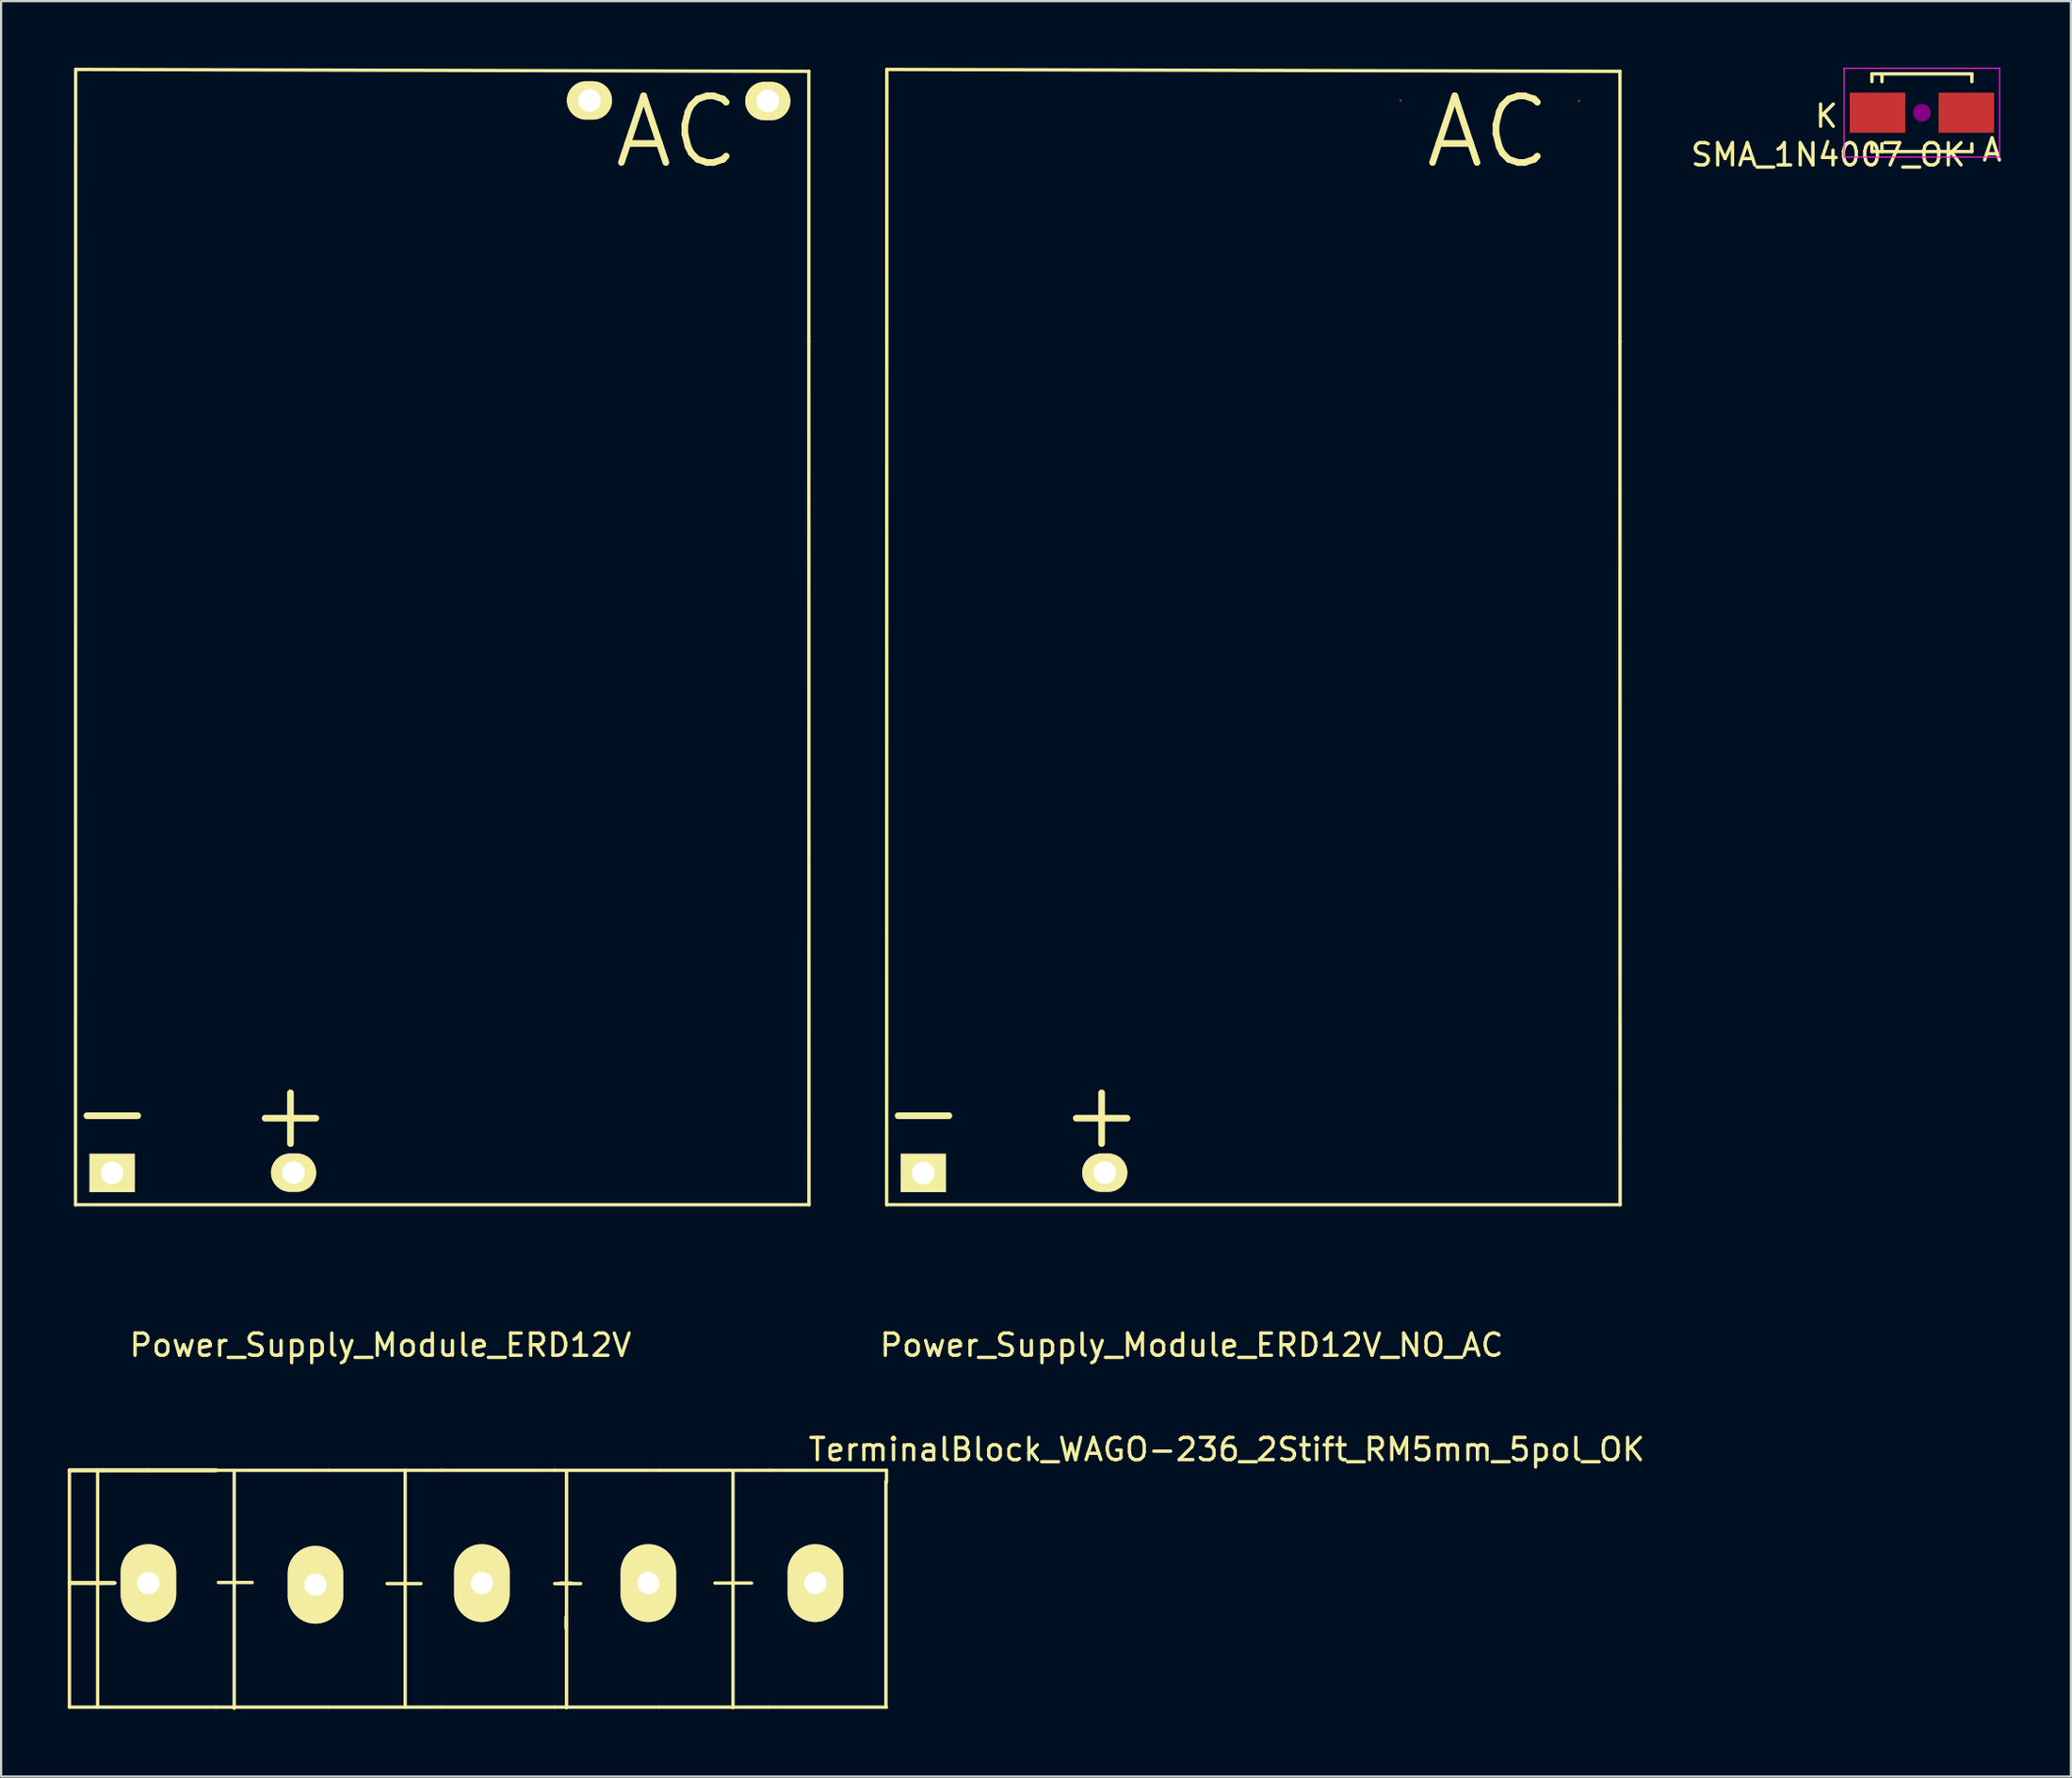
<source format=kicad_pcb>
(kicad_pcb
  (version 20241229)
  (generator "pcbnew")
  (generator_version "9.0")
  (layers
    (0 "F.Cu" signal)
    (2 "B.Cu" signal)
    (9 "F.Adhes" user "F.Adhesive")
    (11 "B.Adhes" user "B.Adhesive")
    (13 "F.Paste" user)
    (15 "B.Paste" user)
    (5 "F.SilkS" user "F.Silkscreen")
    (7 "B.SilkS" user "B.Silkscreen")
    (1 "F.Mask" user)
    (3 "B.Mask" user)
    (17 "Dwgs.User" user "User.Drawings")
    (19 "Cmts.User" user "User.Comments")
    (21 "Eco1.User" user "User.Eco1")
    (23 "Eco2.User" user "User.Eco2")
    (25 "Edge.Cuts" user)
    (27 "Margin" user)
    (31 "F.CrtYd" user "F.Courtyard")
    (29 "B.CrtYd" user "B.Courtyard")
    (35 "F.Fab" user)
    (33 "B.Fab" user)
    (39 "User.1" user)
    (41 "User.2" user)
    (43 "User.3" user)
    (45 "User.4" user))
  (footprint "SMA_1N4007_OK"
    (layer "F.Cu")
    (at 83.462 2.025)
    (property "Reference" "SMA_1N4007_OK" (at -4.216 1.895 0) (layer "F.SilkS") (effects (font (size 1 1) (thickness 0.15))))
    (attr smd)
    (fp_line (start -2.25 -1.75) (end -2.25 -1.4) (stroke (width 0.15) (type solid)) (layer "F.SilkS"))
    (fp_line (start -2.25 -1.75) (end 2.25 -1.75) (stroke (width 0.15) (type solid)) (layer "F.SilkS"))
    (fp_line (start -2.25 1.75) (end -2.25 1.4) (stroke (width 0.15) (type solid)) (layer "F.SilkS"))
    (fp_line (start -2.25 1.75) (end 2.25 1.75) (stroke (width 0.15) (type solid)) (layer "F.SilkS"))
    (fp_line (start -1.799 -1.75) (end -1.799 -1.4) (stroke (width 0.15) (type solid)) (layer "F.SilkS"))
    (fp_line (start -1.799 1.75) (end -1.799 1.4) (stroke (width 0.15) (type solid)) (layer "F.SilkS"))
    (fp_line (start 2.25 -1.75) (end 2.25 -1.4) (stroke (width 0.15) (type solid)) (layer "F.SilkS"))
    (fp_line (start 2.25 1.75) (end 2.25 1.4) (stroke (width 0.15) (type solid)) (layer "F.SilkS"))
    (fp_circle (center 0 0) (end 0.201 -0.051) (stroke (width 0.381) (type solid)) (fill no) (layer "F.Adhes"))
    (fp_line (start -3.5 -2) (end 3.5 -2) (stroke (width 0.05) (type solid)) (layer "F.CrtYd"))
    (fp_line (start -3.5 2) (end -3.5 -2) (stroke (width 0.05) (type solid)) (layer "F.CrtYd"))
    (fp_line (start 3.5 -2) (end 3.5 2) (stroke (width 0.05) (type solid)) (layer "F.CrtYd"))
    (fp_line (start 3.5 2) (end -3.5 2) (stroke (width 0.05) (type solid)) (layer "F.CrtYd"))
    (fp_text user "A" (at 3.155 1.676 0) (layer "F.SilkS") (effects (font (size 1 1) (thickness 0.15))))
    (fp_text user "K" (at -4.298 0.155 0) (layer "F.SilkS") (effects (font (size 1 1) (thickness 0.15))))
    (pad "1" smd rect (at 1.999 0) (size 2.499 1.801) (layers "F.Cu" "F.Mask" "F.Paste"))
    (pad "2" smd rect (at -1.999 0) (size 2.499 1.801) (layers "F.Cu" "F.Mask" "F.Paste")))
  (footprint "Power_Supply_Module_ERD12V"
    (layer "F.Cu")
    (at 2.002 49.762)
    (property "Reference" "Power_Supply_Module_ERD12V" (at 12.075 7.757 0) (layer "F.SilkS") (effects (font (size 1 1) (thickness 0.15))))
    (attr through_hole)
    (fp_line (start -1.654 1.433) (end -1.641 1.427) (stroke (width 0.15) (type solid)) (layer "F.SilkS"))
    (fp_line (start -1.646 -49.687) (end -1.654 1.433) (stroke (width 0.15) (type solid)) (layer "F.SilkS"))
    (fp_line (start -1.646 1.433) (end 31.364 1.433) (stroke (width 0.15) (type solid)) (layer "F.SilkS"))
    (fp_line (start 31.356 -49.601) (end -1.646 -49.687) (stroke (width 0.15) (type solid)) (layer "F.SilkS"))
    (fp_line (start 31.356 -37.45) (end 31.356 -49.601) (stroke (width 0.15) (type solid)) (layer "F.SilkS"))
    (fp_line (start 31.364 1.433) (end 31.356 -37.45) (stroke (width 0.15) (type solid)) (layer "F.SilkS"))
    (fp_text user "+" (at 8.024 -2.692 0) (layer "F.SilkS") (effects (font (size 3 3) (thickness 0.3))))
    (fp_text user "AC" (at 25.42 -46.868 0) (layer "F.SilkS") (effects (font (size 3 3) (thickness 0.3))))
    (fp_text user "-" (at 0.005 -2.804 0) (layer "F.SilkS") (effects (font (size 3 3) (thickness 0.3))))
    (pad "1" thru_hole oval (at 29.51 -48.263) (size 2.032 1.727) (drill 1.016) (layers "*.Cu" "*.Mask" "F.SilkS"))
    (pad "2" thru_hole oval (at 21.481 -48.29) (size 2.032 1.727) (drill 1.016) (layers "*.Cu" "*.Mask" "F.SilkS"))
    (pad "3" thru_hole oval (at 8.164 -0.01) (size 2.032 1.727) (drill 1.016) (layers "*.Cu" "*.Mask" "F.SilkS"))
    (pad "4" thru_hole rect (at -0.005 0.003) (size 2.032 1.727) (drill 1.016) (layers "*.Cu" "*.Mask" "F.SilkS")))
  (footprint "TerminalBlock_WAGO-236_2Stift_RM5mm_5pol_OK"
    (layer "F.Cu")
    (at 3.631 68.231)
    (property "Reference" "TerminalBlock_WAGO-236_2Stift_RM5mm_5pol_OK" (at 48.539 -6.015 0) (layer "F.SilkS") (effects (font (size 1 1) (thickness 0.15))))
    (attr through_hole)
    (fp_line (start -3.556 -5.08) (end -3.556 5.588) (stroke (width 0.15) (type solid)) (layer "F.SilkS"))
    (fp_line (start -3.556 -5.08) (end -2.032 -5.08) (stroke (width 0.15) (type solid)) (layer "F.SilkS"))
    (fp_line (start -3.556 -5.08) (end -2.032 -5.08) (stroke (width 0.15) (type solid)) (layer "F.SilkS"))
    (fp_line (start -3.556 -5.08) (end -2.032 -5.08) (stroke (width 0.15) (type solid)) (layer "F.SilkS"))
    (fp_line (start -3.556 -5.08) (end -2.032 -5.08) (stroke (width 0.15) (type solid)) (layer "F.SilkS"))
    (fp_line (start -3.556 0) (end -1.524 0) (stroke (width 0.15) (type solid)) (layer "F.SilkS"))
    (fp_line (start -3.556 0) (end -1.524 0) (stroke (width 0.15) (type solid)) (layer "F.SilkS"))
    (fp_line (start -3.556 0) (end -1.524 0) (stroke (width 0.15) (type solid)) (layer "F.SilkS"))
    (fp_line (start -3.556 0) (end -1.524 0) (stroke (width 0.15) (type solid)) (layer "F.SilkS"))
    (fp_line (start -3.556 5.588) (end 3.048 5.588) (stroke (width 0.15) (type solid)) (layer "F.SilkS"))
    (fp_line (start -2.286 -5.08) (end -2.286 5.588) (stroke (width 0.15) (type solid)) (layer "F.SilkS"))
    (fp_line (start -2.032 -5.08) (end 0 -5.08) (stroke (width 0.15) (type solid)) (layer "F.SilkS"))
    (fp_line (start -2.032 -5.08) (end 0 -5.08) (stroke (width 0.15) (type solid)) (layer "F.SilkS"))
    (fp_line (start -2.032 -5.08) (end 0 -5.08) (stroke (width 0.15) (type solid)) (layer "F.SilkS"))
    (fp_line (start -2.032 -5.08) (end 0 -5.08) (stroke (width 0.15) (type solid)) (layer "F.SilkS"))
    (fp_line (start 0 -5.08) (end 3.048 -5.08) (stroke (width 0.15) (type solid)) (layer "F.SilkS"))
    (fp_line (start 0 -5.08) (end 3.048 -5.08) (stroke (width 0.15) (type solid)) (layer "F.SilkS"))
    (fp_line (start 0 -5.08) (end 3.048 -5.08) (stroke (width 0.15) (type solid)) (layer "F.SilkS"))
    (fp_line (start 0 -5.08) (end 3.048 -5.08) (stroke (width 0.15) (type solid)) (layer "F.SilkS"))
    (fp_line (start 3.048 5.588) (end 8.128 5.588) (stroke (width 0.15) (type solid)) (layer "F.SilkS"))
    (fp_line (start 3.15 -0.025) (end 4.674 -0.025) (stroke (width 0.15) (type solid)) (layer "F.SilkS"))
    (fp_line (start 3.861 -5.029) (end 3.861 5.639) (stroke (width 0.15) (type solid)) (layer "F.SilkS"))
    (fp_line (start 6.604 0) (end 8.128 0) (stroke (width 0.15) (type solid)) (layer "F.SilkS"))
    (fp_line (start 8.128 -5.08) (end 3.048 -5.08) (stroke (width 0.15) (type solid)) (layer "F.SilkS"))
    (fp_line (start 8.128 0) (end 8.636 0) (stroke (width 0.15) (type solid)) (layer "F.SilkS"))
    (fp_line (start 8.128 5.588) (end 13.208 5.588) (stroke (width 0.15) (type solid)) (layer "F.SilkS"))
    (fp_line (start 10.744 0.025) (end 12.268 0.025) (stroke (width 0.15) (type solid)) (layer "F.SilkS"))
    (fp_line (start 11.557 -5.08) (end 11.557 5.588) (stroke (width 0.15) (type solid)) (layer "F.SilkS"))
    (fp_line (start 13.208 -5.08) (end 8.128 -5.08) (stroke (width 0.15) (type solid)) (layer "F.SilkS"))
    (fp_line (start 13.208 5.588) (end 18.288 5.588) (stroke (width 0.15) (type solid)) (layer "F.SilkS"))
    (fp_line (start 18.288 -5.08) (end 13.208 -5.08) (stroke (width 0.15) (type solid)) (layer "F.SilkS"))
    (fp_line (start 18.288 0.025) (end 19.456 0.025) (stroke (width 0.15) (type solid)) (layer "F.SilkS"))
    (fp_line (start 18.288 5.588) (end 22.987 5.588) (stroke (width 0.15) (type solid)) (layer "F.SilkS"))
    (fp_line (start 18.542 0) (end 19.05 0) (stroke (width 0.15) (type solid)) (layer "F.SilkS"))
    (fp_line (start 18.796 1.524) (end 18.796 2.032) (stroke (width 0.15) (type solid)) (layer "F.SilkS"))
    (fp_line (start 18.821 -5.055) (end 18.821 5.613) (stroke (width 0.15) (type solid)) (layer "F.SilkS"))
    (fp_line (start 22.987 -5.08) (end 18.288 -5.08) (stroke (width 0.15) (type solid)) (layer "F.SilkS"))
    (fp_line (start 22.987 5.588) (end 27.94 5.588) (stroke (width 0.15) (type solid)) (layer "F.SilkS"))
    (fp_line (start 25.502 0) (end 27.153 0) (stroke (width 0.15) (type solid)) (layer "F.SilkS"))
    (fp_line (start 26.314 -5.055) (end 26.314 5.613) (stroke (width 0.15) (type solid)) (layer "F.SilkS"))
    (fp_line (start 27.94 -5.08) (end 22.987 -5.08) (stroke (width 0.15) (type solid)) (layer "F.SilkS"))
    (fp_line (start 27.94 -5.08) (end 33.223 -5.08) (stroke (width 0.15) (type solid)) (layer "F.SilkS"))
    (fp_line (start 27.94 5.588) (end 33.223 5.588) (stroke (width 0.15) (type solid)) (layer "F.SilkS"))
    (fp_line (start 33.198 5.588) (end 33.198 -4.572) (stroke (width 0.15) (type solid)) (layer "F.SilkS"))
    (fp_line (start 33.223 -5.08) (end 33.223 -4.547) (stroke (width 0.15) (type solid)) (layer "F.SilkS"))
    (pad "1" thru_hole oval (at 0 0 90) (size 3.5 2.5) (drill 1.001) (layers "*.Cu" "*.Mask" "F.SilkS"))
    (pad "2" thru_hole oval (at 7.518 0.076 90) (size 3.5 2.5) (drill 1.001) (layers "*.Cu" "*.Mask" "F.SilkS"))
    (pad "3" thru_hole oval (at 15.011 0 90) (size 3.5 2.5) (drill 1.001) (layers "*.Cu" "*.Mask" "F.SilkS"))
    (pad "4" thru_hole oval (at 22.504 0 90) (size 3.5 2.5) (drill 1.001) (layers "*.Cu" "*.Mask" "F.SilkS"))
    (pad "5" thru_hole oval (at 30.023 0 90) (size 3.5 2.5) (drill 1.001) (layers "*.Cu" "*.Mask" "F.SilkS")))
  (footprint "Power_Supply_Module_ERD12V_NO_AC"
    (layer "F.Cu")
    (at 38.515 49.762)
    (property "Reference" "Power_Supply_Module_ERD12V_NO_AC" (at 12.075 7.757 0) (layer "F.SilkS") (effects (font (size 1 1) (thickness 0.15))))
    (attr through_hole)
    (fp_line (start -1.654 1.433) (end -1.641 1.427) (stroke (width 0.15) (type solid)) (layer "F.SilkS"))
    (fp_line (start -1.646 -49.687) (end -1.654 1.433) (stroke (width 0.15) (type solid)) (layer "F.SilkS"))
    (fp_line (start -1.646 1.433) (end 31.364 1.433) (stroke (width 0.15) (type solid)) (layer "F.SilkS"))
    (fp_line (start 31.356 -49.601) (end -1.646 -49.687) (stroke (width 0.15) (type solid)) (layer "F.SilkS"))
    (fp_line (start 31.356 -37.45) (end 31.356 -49.601) (stroke (width 0.15) (type solid)) (layer "F.SilkS"))
    (fp_line (start 31.364 1.433) (end 31.356 -37.45) (stroke (width 0.15) (type solid)) (layer "F.SilkS"))
    (fp_text user "AC" (at 25.42 -46.868 0) (layer "F.SilkS") (effects (font (size 3 3) (thickness 0.3))))
    (fp_text user "-" (at 0.005 -2.804 0) (layer "F.SilkS") (effects (font (size 3 3) (thickness 0.3))))
    (fp_text user "+" (at 8.024 -2.692 0) (layer "F.SilkS") (effects (font (size 3 3) (thickness 0.3))))
    (pad "1" smd oval (at 29.51 -48.263) (size 0.1 0.1) (layers "F.Cu" "F.Mask" "F.Paste"))
    (pad "2" smd oval (at 21.481 -48.29) (size 0.1 0.1) (layers "F.Cu" "F.Mask" "F.Paste"))
    (pad "3" thru_hole oval (at 8.164 -0.01) (size 2.032 1.727) (drill 1.016) (layers "*.Cu" "*.Mask" "F.SilkS"))
    (pad "4" thru_hole rect (at -0.005 0.003) (size 2.032 1.727) (drill 1.016) (layers "*.Cu" "*.Mask" "F.SilkS")))
  (gr_rect
    (start -3 -3)
    (end 90.17 76.945)
    (stroke (width 0.1) (type default))
    (fill no)
    (layer "Edge.Cuts")))
</source>
